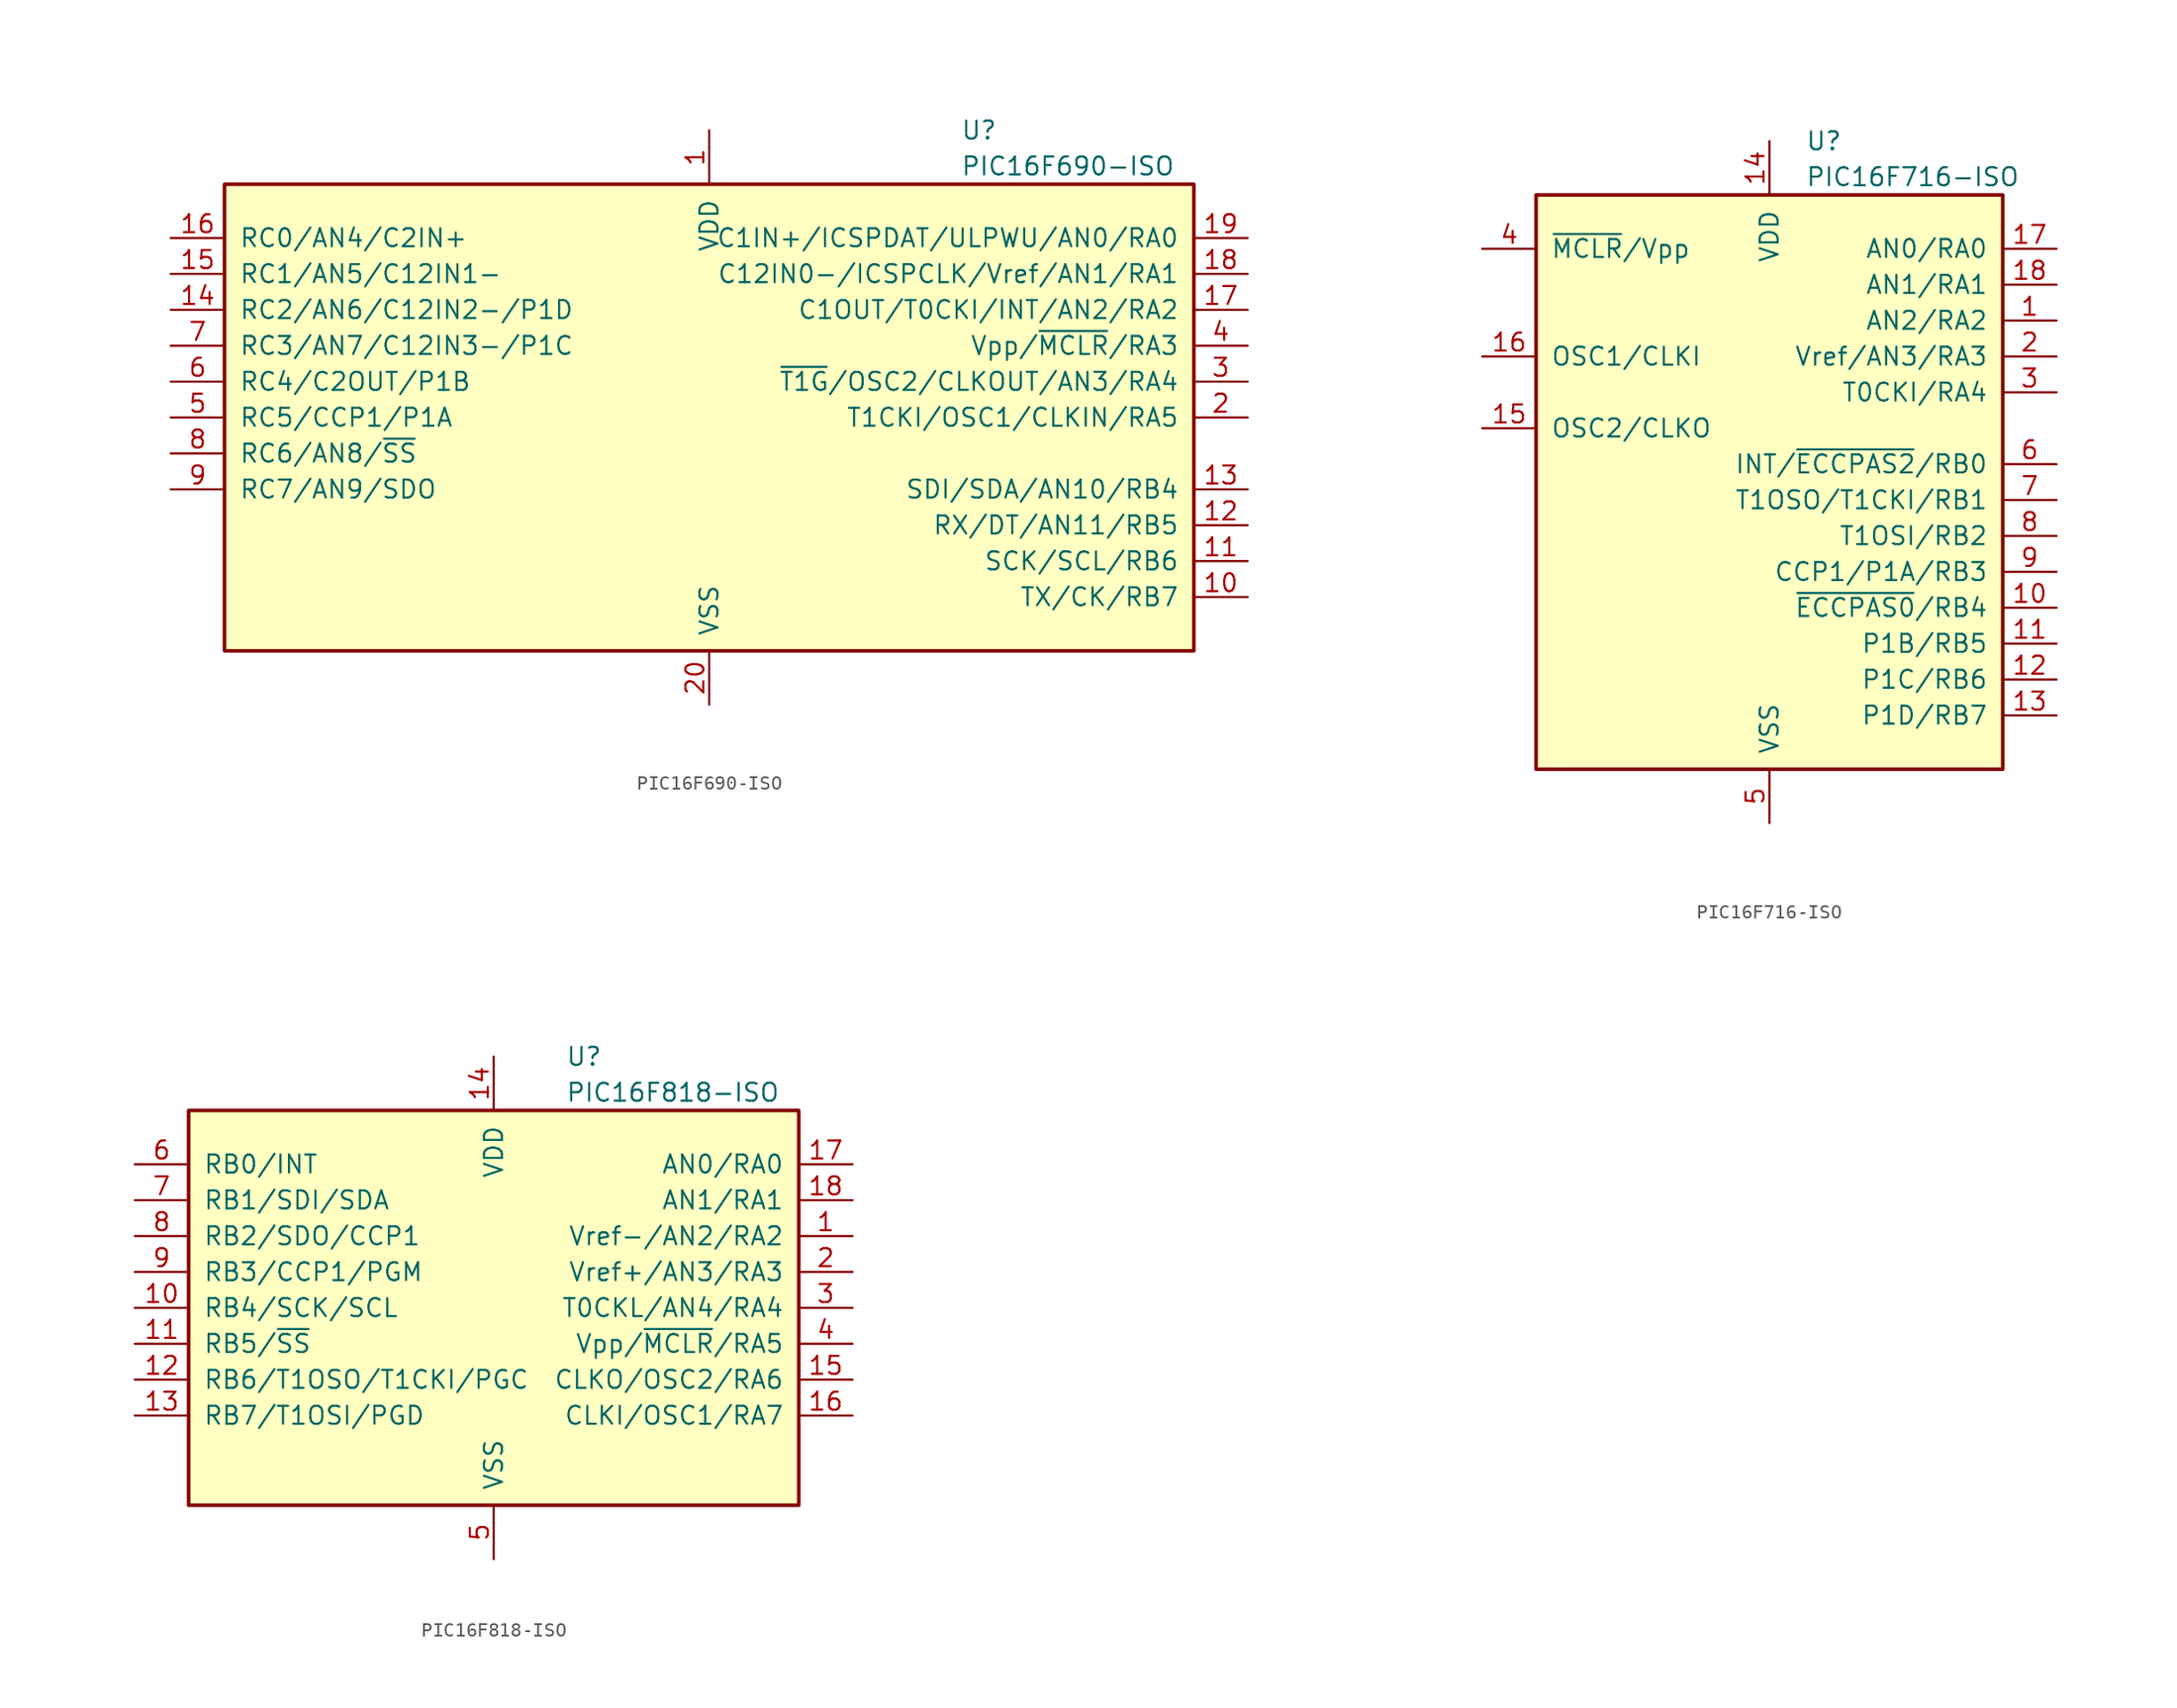
<source format=kicad_sym>
(kicad_symbol_lib
  (version 20201005)
  (generator kicad_symbol_editor)
  (symbol "PIC16F690-ISO"
    (pin_names
      (offset 1.016))
    (property "Reference" "U"
      (at 17.78 20.32 0)
      (effects (font (size 1.27 1.27)) (justify left)))
    (property "Value" "PIC16F690-ISO"
      (at 17.78 17.78 0)
      (effects (font (size 1.27 1.27)) (justify left)))
    (symbol "PIC16F690-ISO_0_1"
      (rectangle (start -34.29 16.51) (end 34.29 -16.51) (stroke (width 0.254)) (fill (type background))))
    (symbol "PIC16F690-ISO_1_1"
      (pin power_in line (at 0 20.32 270) (length 3.81) (name "VDD" (effects (font (size 1.27 1.27)))) (number "1" (effects (font (size 1.27 1.27)))))
      (pin bidirectional line (at 38.1 -12.7 180) (length 3.81) (name "TX/CK/RB7" (effects (font (size 1.27 1.27)))) (number "10" (effects (font (size 1.27 1.27)))))
      (pin bidirectional line (at 38.1 -10.16 180) (length 3.81) (name "SCK/SCL/RB6" (effects (font (size 1.27 1.27)))) (number "11" (effects (font (size 1.27 1.27)))))
      (pin bidirectional line (at 38.1 -7.62 180) (length 3.81) (name "RX/DT/AN11/RB5" (effects (font (size 1.27 1.27)))) (number "12" (effects (font (size 1.27 1.27)))))
      (pin bidirectional line (at 38.1 -5.08 180) (length 3.81) (name "SDI/SDA/AN10/RB4" (effects (font (size 1.27 1.27)))) (number "13" (effects (font (size 1.27 1.27)))))
      (pin bidirectional line (at -38.1 7.62 0) (length 3.81) (name "RC2/AN6/C12IN2-/P1D" (effects (font (size 1.27 1.27)))) (number "14" (effects (font (size 1.27 1.27)))))
      (pin bidirectional line (at -38.1 10.16 0) (length 3.81) (name "RC1/AN5/C12IN1-" (effects (font (size 1.27 1.27)))) (number "15" (effects (font (size 1.27 1.27)))))
      (pin bidirectional line (at -38.1 12.7 0) (length 3.81) (name "RC0/AN4/C2IN+" (effects (font (size 1.27 1.27)))) (number "16" (effects (font (size 1.27 1.27)))))
      (pin bidirectional line (at 38.1 7.62 180) (length 3.81) (name "C1OUT/T0CKI/INT/AN2/RA2" (effects (font (size 1.27 1.27)))) (number "17" (effects (font (size 1.27 1.27)))))
      (pin bidirectional line (at 38.1 10.16 180) (length 3.81) (name "C12IN0-/ICSPCLK/Vref/AN1/RA1" (effects (font (size 1.27 1.27)))) (number "18" (effects (font (size 1.27 1.27)))))
      (pin bidirectional line (at 38.1 12.7 180) (length 3.81) (name "C1IN+/ICSPDAT/ULPWU/AN0/RA0" (effects (font (size 1.27 1.27)))) (number "19" (effects (font (size 1.27 1.27)))))
      (pin bidirectional line (at 38.1 0 180) (length 3.81) (name "T1CKI/OSC1/CLKIN/RA5" (effects (font (size 1.27 1.27)))) (number "2" (effects (font (size 1.27 1.27)))))
      (pin power_in line (at 0 -20.32 90) (length 3.81) (name "VSS" (effects (font (size 1.27 1.27)))) (number "20" (effects (font (size 1.27 1.27)))))
      (pin bidirectional line (at 38.1 2.54 180) (length 3.81) (name "~T1G~/OSC2/CLKOUT/AN3/RA4" (effects (font (size 1.27 1.27)))) (number "3" (effects (font (size 1.27 1.27)))))
      (pin input line (at 38.1 5.08 180) (length 3.81) (name "Vpp/~MCLR~/RA3" (effects (font (size 1.27 1.27)))) (number "4" (effects (font (size 1.27 1.27)))))
      (pin bidirectional line (at -38.1 0 0) (length 3.81) (name "RC5/CCP1/P1A" (effects (font (size 1.27 1.27)))) (number "5" (effects (font (size 1.27 1.27)))))
      (pin bidirectional line (at -38.1 2.54 0) (length 3.81) (name "RC4/C2OUT/P1B" (effects (font (size 1.27 1.27)))) (number "6" (effects (font (size 1.27 1.27)))))
      (pin bidirectional line (at -38.1 5.08 0) (length 3.81) (name "RC3/AN7/C12IN3-/P1C" (effects (font (size 1.27 1.27)))) (number "7" (effects (font (size 1.27 1.27)))))
      (pin bidirectional line (at -38.1 -2.54 0) (length 3.81) (name "RC6/AN8/~SS~" (effects (font (size 1.27 1.27)))) (number "8" (effects (font (size 1.27 1.27)))))
      (pin bidirectional line (at -38.1 -5.08 0) (length 3.81) (name "RC7/AN9/SDO" (effects (font (size 1.27 1.27)))) (number "9" (effects (font (size 1.27 1.27)))))))
  (symbol "PIC16F716-ISO"
    (pin_names
      (offset 1.016))
    (property "Reference" "U"
      (at 2.54 22.86 0)
      (effects (font (size 1.27 1.27)) (justify left)))
    (property "Value" "PIC16F716-ISO"
      (at 2.54 20.32 0)
      (effects (font (size 1.27 1.27)) (justify left)))
    (symbol "PIC16F716-ISO_0_1"
      (rectangle (start -16.51 19.05) (end 16.51 -21.59) (stroke (width 0.254)) (fill (type background))))
    (symbol "PIC16F716-ISO_1_1"
      (pin bidirectional line (at 20.32 10.16 180) (length 3.81) (name "AN2/RA2" (effects (font (size 1.27 1.27)))) (number "1" (effects (font (size 1.27 1.27)))))
      (pin bidirectional line (at 20.32 -10.16 180) (length 3.81) (name "~ECCPAS0~/RB4" (effects (font (size 1.27 1.27)))) (number "10" (effects (font (size 1.27 1.27)))))
      (pin bidirectional line (at 20.32 -12.7 180) (length 3.81) (name "P1B/RB5" (effects (font (size 1.27 1.27)))) (number "11" (effects (font (size 1.27 1.27)))))
      (pin bidirectional line (at 20.32 -15.24 180) (length 3.81) (name "P1C/RB6" (effects (font (size 1.27 1.27)))) (number "12" (effects (font (size 1.27 1.27)))))
      (pin bidirectional line (at 20.32 -17.78 180) (length 3.81) (name "P1D/RB7" (effects (font (size 1.27 1.27)))) (number "13" (effects (font (size 1.27 1.27)))))
      (pin power_in line (at 0 22.86 270) (length 3.81) (name "VDD" (effects (font (size 1.27 1.27)))) (number "14" (effects (font (size 1.27 1.27)))))
      (pin output line (at -20.32 2.54 0) (length 3.81) (name "OSC2/CLKO" (effects (font (size 1.27 1.27)))) (number "15" (effects (font (size 1.27 1.27)))))
      (pin input line (at -20.32 7.62 0) (length 3.81) (name "OSC1/CLKI" (effects (font (size 1.27 1.27)))) (number "16" (effects (font (size 1.27 1.27)))))
      (pin bidirectional line (at 20.32 15.24 180) (length 3.81) (name "AN0/RA0" (effects (font (size 1.27 1.27)))) (number "17" (effects (font (size 1.27 1.27)))))
      (pin bidirectional line (at 20.32 12.7 180) (length 3.81) (name "AN1/RA1" (effects (font (size 1.27 1.27)))) (number "18" (effects (font (size 1.27 1.27)))))
      (pin bidirectional line (at 20.32 7.62 180) (length 3.81) (name "Vref/AN3/RA3" (effects (font (size 1.27 1.27)))) (number "2" (effects (font (size 1.27 1.27)))))
      (pin output line (at 20.32 5.08 180) (length 3.81) (name "T0CKI/RA4" (effects (font (size 1.27 1.27)))) (number "3" (effects (font (size 1.27 1.27)))))
      (pin input line (at -20.32 15.24 0) (length 3.81) (name "~MCLR~/Vpp" (effects (font (size 1.27 1.27)))) (number "4" (effects (font (size 1.27 1.27)))))
      (pin power_in line (at 0 -25.4 90) (length 3.81) (name "VSS" (effects (font (size 1.27 1.27)))) (number "5" (effects (font (size 1.27 1.27)))))
      (pin bidirectional line (at 20.32 0 180) (length 3.81) (name "INT/~ECCPAS2~/RB0" (effects (font (size 1.27 1.27)))) (number "6" (effects (font (size 1.27 1.27)))))
      (pin bidirectional line (at 20.32 -2.54 180) (length 3.81) (name "T1OSO/T1CKI/RB1" (effects (font (size 1.27 1.27)))) (number "7" (effects (font (size 1.27 1.27)))))
      (pin bidirectional line (at 20.32 -5.08 180) (length 3.81) (name "T1OSI/RB2" (effects (font (size 1.27 1.27)))) (number "8" (effects (font (size 1.27 1.27)))))
      (pin bidirectional line (at 20.32 -7.62 180) (length 3.81) (name "CCP1/P1A/RB3" (effects (font (size 1.27 1.27)))) (number "9" (effects (font (size 1.27 1.27)))))))
  (symbol "PIC16F818-ISO"
    (pin_names
      (offset 1.016))
    (property "Reference" "U"
      (at 5.08 17.78 0)
      (effects (font (size 1.27 1.27)) (justify left)))
    (property "Value" "PIC16F818-ISO"
      (at 5.08 15.24 0)
      (effects (font (size 1.27 1.27)) (justify left)))
    (symbol "PIC16F818-ISO_0_1"
      (rectangle (start -21.59 13.97) (end 21.59 -13.97) (stroke (width 0.254)) (fill (type background))))
    (symbol "PIC16F818-ISO_1_1"
      (pin bidirectional line (at 25.4 5.08 180) (length 3.81) (name "Vref-/AN2/RA2" (effects (font (size 1.27 1.27)))) (number "1" (effects (font (size 1.27 1.27)))))
      (pin bidirectional line (at -25.4 0 0) (length 3.81) (name "RB4/SCK/SCL" (effects (font (size 1.27 1.27)))) (number "10" (effects (font (size 1.27 1.27)))))
      (pin bidirectional line (at -25.4 -2.54 0) (length 3.81) (name "RB5/~SS~" (effects (font (size 1.27 1.27)))) (number "11" (effects (font (size 1.27 1.27)))))
      (pin bidirectional line (at -25.4 -5.08 0) (length 3.81) (name "RB6/T1OSO/T1CKI/PGC" (effects (font (size 1.27 1.27)))) (number "12" (effects (font (size 1.27 1.27)))))
      (pin bidirectional line (at -25.4 -7.62 0) (length 3.81) (name "RB7/T1OSI/PGD" (effects (font (size 1.27 1.27)))) (number "13" (effects (font (size 1.27 1.27)))))
      (pin power_in line (at 0 17.78 270) (length 3.81) (name "VDD" (effects (font (size 1.27 1.27)))) (number "14" (effects (font (size 1.27 1.27)))))
      (pin bidirectional line (at 25.4 -5.08 180) (length 3.81) (name "CLKO/OSC2/RA6" (effects (font (size 1.27 1.27)))) (number "15" (effects (font (size 1.27 1.27)))))
      (pin bidirectional line (at 25.4 -7.62 180) (length 3.81) (name "CLKI/OSC1/RA7" (effects (font (size 1.27 1.27)))) (number "16" (effects (font (size 1.27 1.27)))))
      (pin bidirectional line (at 25.4 10.16 180) (length 3.81) (name "AN0/RA0" (effects (font (size 1.27 1.27)))) (number "17" (effects (font (size 1.27 1.27)))))
      (pin bidirectional line (at 25.4 7.62 180) (length 3.81) (name "AN1/RA1" (effects (font (size 1.27 1.27)))) (number "18" (effects (font (size 1.27 1.27)))))
      (pin bidirectional line (at 25.4 2.54 180) (length 3.81) (name "Vref+/AN3/RA3" (effects (font (size 1.27 1.27)))) (number "2" (effects (font (size 1.27 1.27)))))
      (pin bidirectional line (at 25.4 0 180) (length 3.81) (name "T0CKL/AN4/RA4" (effects (font (size 1.27 1.27)))) (number "3" (effects (font (size 1.27 1.27)))))
      (pin input line (at 25.4 -2.54 180) (length 3.81) (name "Vpp/~MCLR~/RA5" (effects (font (size 1.27 1.27)))) (number "4" (effects (font (size 1.27 1.27)))))
      (pin power_in line (at 0 -17.78 90) (length 3.81) (name "VSS" (effects (font (size 1.27 1.27)))) (number "5" (effects (font (size 1.27 1.27)))))
      (pin bidirectional line (at -25.4 10.16 0) (length 3.81) (name "RB0/INT" (effects (font (size 1.27 1.27)))) (number "6" (effects (font (size 1.27 1.27)))))
      (pin bidirectional line (at -25.4 7.62 0) (length 3.81) (name "RB1/SDI/SDA" (effects (font (size 1.27 1.27)))) (number "7" (effects (font (size 1.27 1.27)))))
      (pin bidirectional line (at -25.4 5.08 0) (length 3.81) (name "RB2/SDO/CCP1" (effects (font (size 1.27 1.27)))) (number "8" (effects (font (size 1.27 1.27)))))
      (pin bidirectional line (at -25.4 2.54 0) (length 3.81) (name "RB3/CCP1/PGM" (effects (font (size 1.27 1.27)))) (number "9" (effects (font (size 1.27 1.27))))))))
</source>
